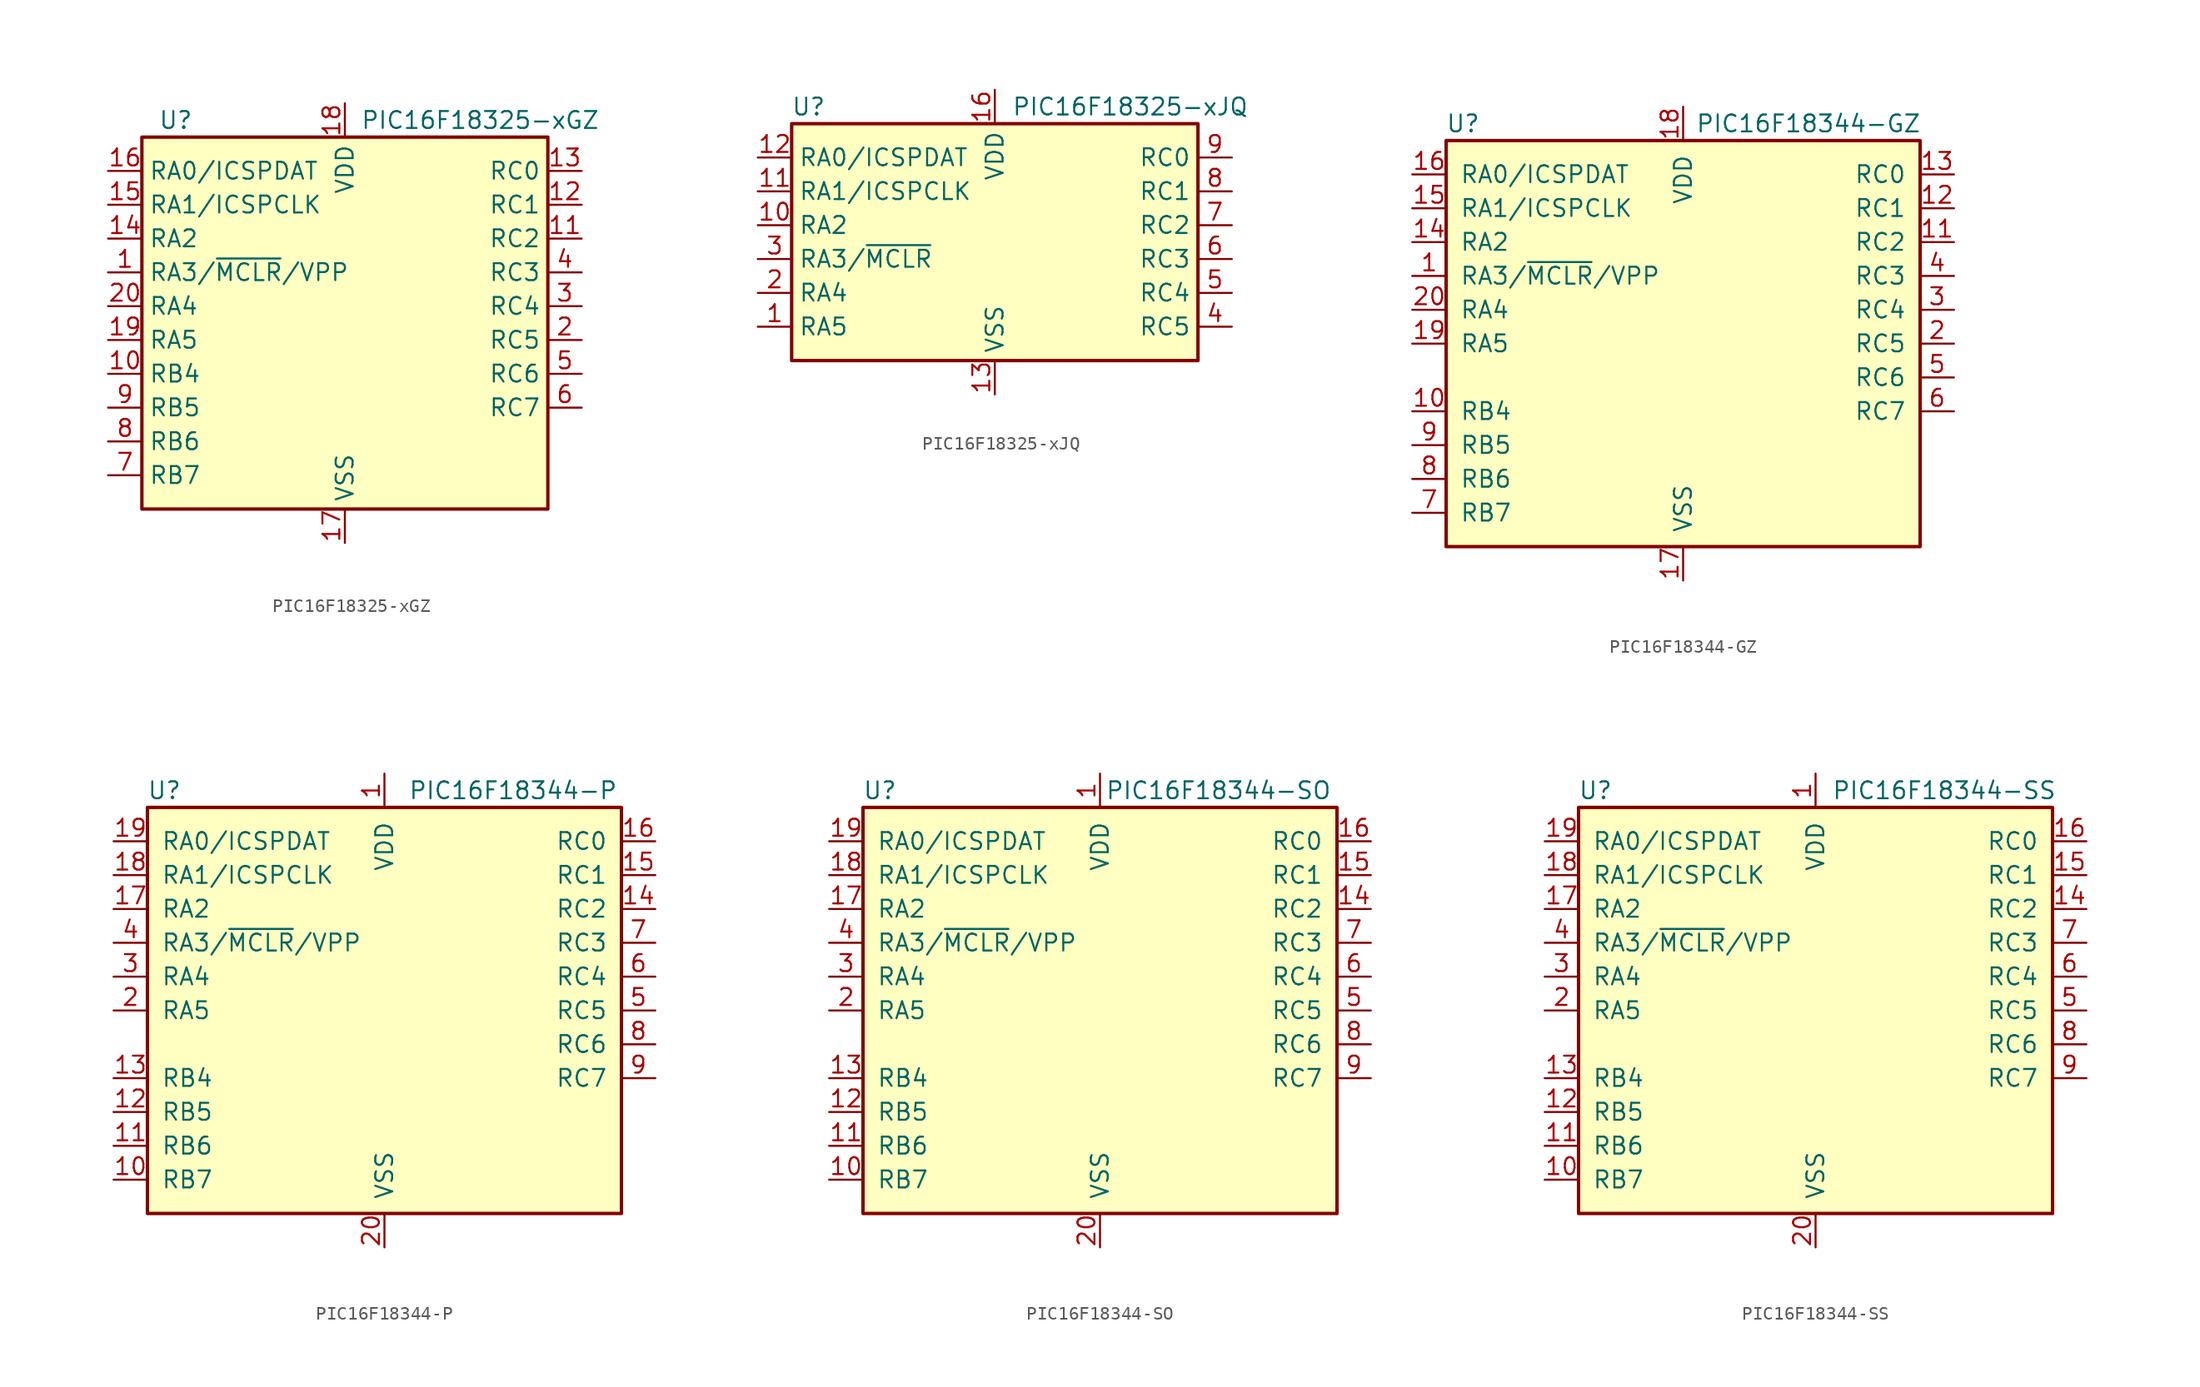
<source format=kicad_sym>
(kicad_symbol_lib
  (version 20201005)
  (generator kicad_symbol_editor)
  (symbol "MCU_Microchip_PIC16:PIC16F18325-xGZ"
    (property "Reference" "U"
      (at -12.7 13.97 0)
      (effects (font (size 1.27 1.27))))
    (property "Value" "PIC16F18325-xGZ"
      (at 10.16 13.97 0)
      (effects (font (size 1.27 1.27))))
    (symbol "PIC16F18325-xGZ_1_1"
      (rectangle (start -15.24 12.7) (end 15.24 -15.24) (stroke (width 0.254)) (fill (type background)))
      (pin bidirectional line (at -17.78 2.54 0) (length 2.54) (name "RA3/~MCLR~/VPP" (effects (font (size 1.27 1.27)))) (number "1" (effects (font (size 1.27 1.27)))))
      (pin bidirectional line (at -17.78 -5.08 0) (length 2.54) (name "RB4" (effects (font (size 1.27 1.27)))) (number "10" (effects (font (size 1.27 1.27)))))
      (pin bidirectional line (at 17.78 5.08 180) (length 2.54) (name "RC2" (effects (font (size 1.27 1.27)))) (number "11" (effects (font (size 1.27 1.27)))))
      (pin bidirectional line (at 17.78 7.62 180) (length 2.54) (name "RC1" (effects (font (size 1.27 1.27)))) (number "12" (effects (font (size 1.27 1.27)))))
      (pin bidirectional line (at 17.78 10.16 180) (length 2.54) (name "RC0" (effects (font (size 1.27 1.27)))) (number "13" (effects (font (size 1.27 1.27)))))
      (pin bidirectional line (at -17.78 5.08 0) (length 2.54) (name "RA2" (effects (font (size 1.27 1.27)))) (number "14" (effects (font (size 1.27 1.27)))))
      (pin bidirectional line (at -17.78 7.62 0) (length 2.54) (name "RA1/ICSPCLK" (effects (font (size 1.27 1.27)))) (number "15" (effects (font (size 1.27 1.27)))))
      (pin bidirectional line (at -17.78 10.16 0) (length 2.54) (name "RA0/ICSPDAT" (effects (font (size 1.27 1.27)))) (number "16" (effects (font (size 1.27 1.27)))))
      (pin power_in line (at 0 -17.78 90) (length 2.54) (name "VSS" (effects (font (size 1.27 1.27)))) (number "17" (effects (font (size 1.27 1.27)))))
      (pin power_in line (at 0 15.24 270) (length 2.54) (name "VDD" (effects (font (size 1.27 1.27)))) (number "18" (effects (font (size 1.27 1.27)))))
      (pin bidirectional line (at -17.78 -2.54 0) (length 2.54) (name "RA5" (effects (font (size 1.27 1.27)))) (number "19" (effects (font (size 1.27 1.27)))))
      (pin bidirectional line (at 17.78 -2.54 180) (length 2.54) (name "RC5" (effects (font (size 1.27 1.27)))) (number "2" (effects (font (size 1.27 1.27)))))
      (pin bidirectional line (at -17.78 0 0) (length 2.54) (name "RA4" (effects (font (size 1.27 1.27)))) (number "20" (effects (font (size 1.27 1.27)))))
      (pin passive line (at 0 -17.78 90) (length 2.54) hide (name "VSS" (effects (font (size 1.27 1.27)))) (number "21" (effects (font (size 1.27 1.27)))))
      (pin bidirectional line (at 17.78 0 180) (length 2.54) (name "RC4" (effects (font (size 1.27 1.27)))) (number "3" (effects (font (size 1.27 1.27)))))
      (pin bidirectional line (at 17.78 2.54 180) (length 2.54) (name "RC3" (effects (font (size 1.27 1.27)))) (number "4" (effects (font (size 1.27 1.27)))))
      (pin bidirectional line (at 17.78 -5.08 180) (length 2.54) (name "RC6" (effects (font (size 1.27 1.27)))) (number "5" (effects (font (size 1.27 1.27)))))
      (pin bidirectional line (at 17.78 -7.62 180) (length 2.54) (name "RC7" (effects (font (size 1.27 1.27)))) (number "6" (effects (font (size 1.27 1.27)))))
      (pin bidirectional line (at -17.78 -12.7 0) (length 2.54) (name "RB7" (effects (font (size 1.27 1.27)))) (number "7" (effects (font (size 1.27 1.27)))))
      (pin bidirectional line (at -17.78 -10.16 0) (length 2.54) (name "RB6" (effects (font (size 1.27 1.27)))) (number "8" (effects (font (size 1.27 1.27)))))
      (pin bidirectional line (at -17.78 -7.62 0) (length 2.54) (name "RB5" (effects (font (size 1.27 1.27)))) (number "9" (effects (font (size 1.27 1.27)))))))
  (symbol "MCU_Microchip_PIC16:PIC16F18325-xJQ"
    (property "Reference" "U"
      (at -13.97 11.43 0)
      (effects (font (size 1.27 1.27))))
    (property "Value" "PIC16F18325-xJQ"
      (at 10.16 11.43 0)
      (effects (font (size 1.27 1.27))))
    (symbol "PIC16F18325-xJQ_0_1"
      (rectangle (start -15.24 10.16) (end 15.24 -7.62) (stroke (width 0.254)) (fill (type background))))
    (symbol "PIC16F18325-xJQ_1_1"
      (pin bidirectional line (at -17.78 -5.08 0) (length 2.54) (name "RA5" (effects (font (size 1.27 1.27)))) (number "1" (effects (font (size 1.27 1.27)))))
      (pin bidirectional line (at -17.78 2.54 0) (length 2.54) (name "RA2" (effects (font (size 1.27 1.27)))) (number "10" (effects (font (size 1.27 1.27)))))
      (pin bidirectional line (at -17.78 5.08 0) (length 2.54) (name "RA1/ICSPCLK" (effects (font (size 1.27 1.27)))) (number "11" (effects (font (size 1.27 1.27)))))
      (pin bidirectional line (at -17.78 7.62 0) (length 2.54) (name "RA0/ICSPDAT" (effects (font (size 1.27 1.27)))) (number "12" (effects (font (size 1.27 1.27)))))
      (pin power_in line (at 0 -10.16 90) (length 2.54) (name "VSS" (effects (font (size 1.27 1.27)))) (number "13" (effects (font (size 1.27 1.27)))))
      (pin no_connect line (at 5.08 -7.62 90) (length 2.54) hide (name "NC" (effects (font (size 1.27 1.27)))) (number "14" (effects (font (size 1.27 1.27)))))
      (pin no_connect line (at 7.62 -7.62 90) (length 2.54) hide (name "NC" (effects (font (size 1.27 1.27)))) (number "15" (effects (font (size 1.27 1.27)))))
      (pin power_in line (at 0 12.7 270) (length 2.54) (name "VDD" (effects (font (size 1.27 1.27)))) (number "16" (effects (font (size 1.27 1.27)))))
      (pin bidirectional line (at -17.78 -2.54 0) (length 2.54) (name "RA4" (effects (font (size 1.27 1.27)))) (number "2" (effects (font (size 1.27 1.27)))))
      (pin bidirectional line (at -17.78 0 0) (length 2.54) (name "RA3/~MCLR~" (effects (font (size 1.27 1.27)))) (number "3" (effects (font (size 1.27 1.27)))))
      (pin bidirectional line (at 17.78 -5.08 180) (length 2.54) (name "RC5" (effects (font (size 1.27 1.27)))) (number "4" (effects (font (size 1.27 1.27)))))
      (pin bidirectional line (at 17.78 -2.54 180) (length 2.54) (name "RC4" (effects (font (size 1.27 1.27)))) (number "5" (effects (font (size 1.27 1.27)))))
      (pin bidirectional line (at 17.78 0 180) (length 2.54) (name "RC3" (effects (font (size 1.27 1.27)))) (number "6" (effects (font (size 1.27 1.27)))))
      (pin bidirectional line (at 17.78 2.54 180) (length 2.54) (name "RC2" (effects (font (size 1.27 1.27)))) (number "7" (effects (font (size 1.27 1.27)))))
      (pin bidirectional line (at 17.78 5.08 180) (length 2.54) (name "RC1" (effects (font (size 1.27 1.27)))) (number "8" (effects (font (size 1.27 1.27)))))
      (pin bidirectional line (at 17.78 7.62 180) (length 2.54) (name "RC0" (effects (font (size 1.27 1.27)))) (number "9" (effects (font (size 1.27 1.27)))))))
  (symbol "MCU_Microchip_PIC16:PIC16F18344-GZ"
    (pin_names
      (offset 1.016))
    (property "Reference" "U"
      (at -16.51 16.51 0)
      (effects (font (size 1.27 1.27))))
    (property "Value" "PIC16F18344-GZ"
      (at 9.398 16.51 0)
      (effects (font (size 1.27 1.27))))
    (symbol "PIC16F18344-GZ_0_1"
      (rectangle (start -17.78 15.24) (end 17.78 -15.24) (stroke (width 0.254)) (fill (type background))))
    (symbol "PIC16F18344-GZ_1_1"
      (pin bidirectional line (at -20.32 5.08 0) (length 2.54) (name "RA3/~MCLR~/VPP" (effects (font (size 1.27 1.27)))) (number "1" (effects (font (size 1.27 1.27)))))
      (pin bidirectional line (at -20.32 -5.08 0) (length 2.54) (name "RB4" (effects (font (size 1.27 1.27)))) (number "10" (effects (font (size 1.27 1.27)))))
      (pin bidirectional line (at 20.32 7.62 180) (length 2.54) (name "RC2" (effects (font (size 1.27 1.27)))) (number "11" (effects (font (size 1.27 1.27)))))
      (pin bidirectional line (at 20.32 10.16 180) (length 2.54) (name "RC1" (effects (font (size 1.27 1.27)))) (number "12" (effects (font (size 1.27 1.27)))))
      (pin bidirectional line (at 20.32 12.7 180) (length 2.54) (name "RC0" (effects (font (size 1.27 1.27)))) (number "13" (effects (font (size 1.27 1.27)))))
      (pin bidirectional line (at -20.32 7.62 0) (length 2.54) (name "RA2" (effects (font (size 1.27 1.27)))) (number "14" (effects (font (size 1.27 1.27)))))
      (pin bidirectional line (at -20.32 10.16 0) (length 2.54) (name "RA1/ICSPCLK" (effects (font (size 1.27 1.27)))) (number "15" (effects (font (size 1.27 1.27)))))
      (pin bidirectional line (at -20.32 12.7 0) (length 2.54) (name "RA0/ICSPDAT" (effects (font (size 1.27 1.27)))) (number "16" (effects (font (size 1.27 1.27)))))
      (pin power_in line (at 0 -17.78 90) (length 2.54) (name "VSS" (effects (font (size 1.27 1.27)))) (number "17" (effects (font (size 1.27 1.27)))))
      (pin power_in line (at 0 17.78 270) (length 2.54) (name "VDD" (effects (font (size 1.27 1.27)))) (number "18" (effects (font (size 1.27 1.27)))))
      (pin bidirectional line (at -20.32 0 0) (length 2.54) (name "RA5" (effects (font (size 1.27 1.27)))) (number "19" (effects (font (size 1.27 1.27)))))
      (pin bidirectional line (at 20.32 0 180) (length 2.54) (name "RC5" (effects (font (size 1.27 1.27)))) (number "2" (effects (font (size 1.27 1.27)))))
      (pin bidirectional line (at -20.32 2.54 0) (length 2.54) (name "RA4" (effects (font (size 1.27 1.27)))) (number "20" (effects (font (size 1.27 1.27)))))
      (pin bidirectional line (at 20.32 2.54 180) (length 2.54) (name "RC4" (effects (font (size 1.27 1.27)))) (number "3" (effects (font (size 1.27 1.27)))))
      (pin bidirectional line (at 20.32 5.08 180) (length 2.54) (name "RC3" (effects (font (size 1.27 1.27)))) (number "4" (effects (font (size 1.27 1.27)))))
      (pin bidirectional line (at 20.32 -2.54 180) (length 2.54) (name "RC6" (effects (font (size 1.27 1.27)))) (number "5" (effects (font (size 1.27 1.27)))))
      (pin bidirectional line (at 20.32 -5.08 180) (length 2.54) (name "RC7" (effects (font (size 1.27 1.27)))) (number "6" (effects (font (size 1.27 1.27)))))
      (pin bidirectional line (at -20.32 -12.7 0) (length 2.54) (name "RB7" (effects (font (size 1.27 1.27)))) (number "7" (effects (font (size 1.27 1.27)))))
      (pin bidirectional line (at -20.32 -10.16 0) (length 2.54) (name "RB6" (effects (font (size 1.27 1.27)))) (number "8" (effects (font (size 1.27 1.27)))))
      (pin bidirectional line (at -20.32 -7.62 0) (length 2.54) (name "RB5" (effects (font (size 1.27 1.27)))) (number "9" (effects (font (size 1.27 1.27)))))))
  (symbol "MCU_Microchip_PIC16:PIC16F18344-P"
    (pin_names
      (offset 1.016))
    (property "Reference" "U"
      (at -16.51 16.51 0)
      (effects (font (size 1.27 1.27))))
    (property "Value" "PIC16F18344-P"
      (at 9.652 16.51 0)
      (effects (font (size 1.27 1.27))))
    (symbol "PIC16F18344-P_0_1"
      (rectangle (start -17.78 15.24) (end 17.78 -15.24) (stroke (width 0.254)) (fill (type background))))
    (symbol "PIC16F18344-P_1_1"
      (pin power_in line (at 0 17.78 270) (length 2.54) (name "VDD" (effects (font (size 1.27 1.27)))) (number "1" (effects (font (size 1.27 1.27)))))
      (pin bidirectional line (at -20.32 -12.7 0) (length 2.54) (name "RB7" (effects (font (size 1.27 1.27)))) (number "10" (effects (font (size 1.27 1.27)))))
      (pin bidirectional line (at -20.32 -10.16 0) (length 2.54) (name "RB6" (effects (font (size 1.27 1.27)))) (number "11" (effects (font (size 1.27 1.27)))))
      (pin bidirectional line (at -20.32 -7.62 0) (length 2.54) (name "RB5" (effects (font (size 1.27 1.27)))) (number "12" (effects (font (size 1.27 1.27)))))
      (pin bidirectional line (at -20.32 -5.08 0) (length 2.54) (name "RB4" (effects (font (size 1.27 1.27)))) (number "13" (effects (font (size 1.27 1.27)))))
      (pin bidirectional line (at 20.32 7.62 180) (length 2.54) (name "RC2" (effects (font (size 1.27 1.27)))) (number "14" (effects (font (size 1.27 1.27)))))
      (pin bidirectional line (at 20.32 10.16 180) (length 2.54) (name "RC1" (effects (font (size 1.27 1.27)))) (number "15" (effects (font (size 1.27 1.27)))))
      (pin bidirectional line (at 20.32 12.7 180) (length 2.54) (name "RC0" (effects (font (size 1.27 1.27)))) (number "16" (effects (font (size 1.27 1.27)))))
      (pin bidirectional line (at -20.32 7.62 0) (length 2.54) (name "RA2" (effects (font (size 1.27 1.27)))) (number "17" (effects (font (size 1.27 1.27)))))
      (pin bidirectional line (at -20.32 10.16 0) (length 2.54) (name "RA1/ICSPCLK" (effects (font (size 1.27 1.27)))) (number "18" (effects (font (size 1.27 1.27)))))
      (pin bidirectional line (at -20.32 12.7 0) (length 2.54) (name "RA0/ICSPDAT" (effects (font (size 1.27 1.27)))) (number "19" (effects (font (size 1.27 1.27)))))
      (pin bidirectional line (at -20.32 0 0) (length 2.54) (name "RA5" (effects (font (size 1.27 1.27)))) (number "2" (effects (font (size 1.27 1.27)))))
      (pin power_in line (at 0 -17.78 90) (length 2.54) (name "VSS" (effects (font (size 1.27 1.27)))) (number "20" (effects (font (size 1.27 1.27)))))
      (pin bidirectional line (at -20.32 2.54 0) (length 2.54) (name "RA4" (effects (font (size 1.27 1.27)))) (number "3" (effects (font (size 1.27 1.27)))))
      (pin bidirectional line (at -20.32 5.08 0) (length 2.54) (name "RA3/~MCLR~/VPP" (effects (font (size 1.27 1.27)))) (number "4" (effects (font (size 1.27 1.27)))))
      (pin bidirectional line (at 20.32 0 180) (length 2.54) (name "RC5" (effects (font (size 1.27 1.27)))) (number "5" (effects (font (size 1.27 1.27)))))
      (pin bidirectional line (at 20.32 2.54 180) (length 2.54) (name "RC4" (effects (font (size 1.27 1.27)))) (number "6" (effects (font (size 1.27 1.27)))))
      (pin bidirectional line (at 20.32 5.08 180) (length 2.54) (name "RC3" (effects (font (size 1.27 1.27)))) (number "7" (effects (font (size 1.27 1.27)))))
      (pin bidirectional line (at 20.32 -2.54 180) (length 2.54) (name "RC6" (effects (font (size 1.27 1.27)))) (number "8" (effects (font (size 1.27 1.27)))))
      (pin bidirectional line (at 20.32 -5.08 180) (length 2.54) (name "RC7" (effects (font (size 1.27 1.27)))) (number "9" (effects (font (size 1.27 1.27)))))))
  (symbol "MCU_Microchip_PIC16:PIC16F18344-SO"
    (pin_names
      (offset 1.016))
    (property "Reference" "U"
      (at -16.51 16.51 0)
      (effects (font (size 1.27 1.27))))
    (property "Value" "PIC16F18344-SO"
      (at 8.89 16.51 0)
      (effects (font (size 1.27 1.27))))
    (symbol "PIC16F18344-SO_0_1"
      (rectangle (start -17.78 15.24) (end 17.78 -15.24) (stroke (width 0.254)) (fill (type background))))
    (symbol "PIC16F18344-SO_1_1"
      (pin power_in line (at 0 17.78 270) (length 2.54) (name "VDD" (effects (font (size 1.27 1.27)))) (number "1" (effects (font (size 1.27 1.27)))))
      (pin bidirectional line (at -20.32 -12.7 0) (length 2.54) (name "RB7" (effects (font (size 1.27 1.27)))) (number "10" (effects (font (size 1.27 1.27)))))
      (pin bidirectional line (at -20.32 -10.16 0) (length 2.54) (name "RB6" (effects (font (size 1.27 1.27)))) (number "11" (effects (font (size 1.27 1.27)))))
      (pin bidirectional line (at -20.32 -7.62 0) (length 2.54) (name "RB5" (effects (font (size 1.27 1.27)))) (number "12" (effects (font (size 1.27 1.27)))))
      (pin bidirectional line (at -20.32 -5.08 0) (length 2.54) (name "RB4" (effects (font (size 1.27 1.27)))) (number "13" (effects (font (size 1.27 1.27)))))
      (pin bidirectional line (at 20.32 7.62 180) (length 2.54) (name "RC2" (effects (font (size 1.27 1.27)))) (number "14" (effects (font (size 1.27 1.27)))))
      (pin bidirectional line (at 20.32 10.16 180) (length 2.54) (name "RC1" (effects (font (size 1.27 1.27)))) (number "15" (effects (font (size 1.27 1.27)))))
      (pin bidirectional line (at 20.32 12.7 180) (length 2.54) (name "RC0" (effects (font (size 1.27 1.27)))) (number "16" (effects (font (size 1.27 1.27)))))
      (pin bidirectional line (at -20.32 7.62 0) (length 2.54) (name "RA2" (effects (font (size 1.27 1.27)))) (number "17" (effects (font (size 1.27 1.27)))))
      (pin bidirectional line (at -20.32 10.16 0) (length 2.54) (name "RA1/ICSPCLK" (effects (font (size 1.27 1.27)))) (number "18" (effects (font (size 1.27 1.27)))))
      (pin bidirectional line (at -20.32 12.7 0) (length 2.54) (name "RA0/ICSPDAT" (effects (font (size 1.27 1.27)))) (number "19" (effects (font (size 1.27 1.27)))))
      (pin bidirectional line (at -20.32 0 0) (length 2.54) (name "RA5" (effects (font (size 1.27 1.27)))) (number "2" (effects (font (size 1.27 1.27)))))
      (pin power_in line (at 0 -17.78 90) (length 2.54) (name "VSS" (effects (font (size 1.27 1.27)))) (number "20" (effects (font (size 1.27 1.27)))))
      (pin bidirectional line (at -20.32 2.54 0) (length 2.54) (name "RA4" (effects (font (size 1.27 1.27)))) (number "3" (effects (font (size 1.27 1.27)))))
      (pin bidirectional line (at -20.32 5.08 0) (length 2.54) (name "RA3/~MCLR~/VPP" (effects (font (size 1.27 1.27)))) (number "4" (effects (font (size 1.27 1.27)))))
      (pin bidirectional line (at 20.32 0 180) (length 2.54) (name "RC5" (effects (font (size 1.27 1.27)))) (number "5" (effects (font (size 1.27 1.27)))))
      (pin bidirectional line (at 20.32 2.54 180) (length 2.54) (name "RC4" (effects (font (size 1.27 1.27)))) (number "6" (effects (font (size 1.27 1.27)))))
      (pin bidirectional line (at 20.32 5.08 180) (length 2.54) (name "RC3" (effects (font (size 1.27 1.27)))) (number "7" (effects (font (size 1.27 1.27)))))
      (pin bidirectional line (at 20.32 -2.54 180) (length 2.54) (name "RC6" (effects (font (size 1.27 1.27)))) (number "8" (effects (font (size 1.27 1.27)))))
      (pin bidirectional line (at 20.32 -5.08 180) (length 2.54) (name "RC7" (effects (font (size 1.27 1.27)))) (number "9" (effects (font (size 1.27 1.27)))))))
  (symbol "MCU_Microchip_PIC16:PIC16F18344-SS"
    (pin_names
      (offset 1.016))
    (property "Reference" "U"
      (at -16.51 16.51 0)
      (effects (font (size 1.27 1.27))))
    (property "Value" "PIC16F18344-SS"
      (at 9.652 16.51 0)
      (effects (font (size 1.27 1.27))))
    (symbol "PIC16F18344-SS_0_1"
      (rectangle (start -17.78 15.24) (end 17.78 -15.24) (stroke (width 0.254)) (fill (type background))))
    (symbol "PIC16F18344-SS_1_1"
      (pin power_in line (at 0 17.78 270) (length 2.54) (name "VDD" (effects (font (size 1.27 1.27)))) (number "1" (effects (font (size 1.27 1.27)))))
      (pin bidirectional line (at -20.32 -12.7 0) (length 2.54) (name "RB7" (effects (font (size 1.27 1.27)))) (number "10" (effects (font (size 1.27 1.27)))))
      (pin bidirectional line (at -20.32 -10.16 0) (length 2.54) (name "RB6" (effects (font (size 1.27 1.27)))) (number "11" (effects (font (size 1.27 1.27)))))
      (pin bidirectional line (at -20.32 -7.62 0) (length 2.54) (name "RB5" (effects (font (size 1.27 1.27)))) (number "12" (effects (font (size 1.27 1.27)))))
      (pin bidirectional line (at -20.32 -5.08 0) (length 2.54) (name "RB4" (effects (font (size 1.27 1.27)))) (number "13" (effects (font (size 1.27 1.27)))))
      (pin bidirectional line (at 20.32 7.62 180) (length 2.54) (name "RC2" (effects (font (size 1.27 1.27)))) (number "14" (effects (font (size 1.27 1.27)))))
      (pin bidirectional line (at 20.32 10.16 180) (length 2.54) (name "RC1" (effects (font (size 1.27 1.27)))) (number "15" (effects (font (size 1.27 1.27)))))
      (pin bidirectional line (at 20.32 12.7 180) (length 2.54) (name "RC0" (effects (font (size 1.27 1.27)))) (number "16" (effects (font (size 1.27 1.27)))))
      (pin bidirectional line (at -20.32 7.62 0) (length 2.54) (name "RA2" (effects (font (size 1.27 1.27)))) (number "17" (effects (font (size 1.27 1.27)))))
      (pin bidirectional line (at -20.32 10.16 0) (length 2.54) (name "RA1/ICSPCLK" (effects (font (size 1.27 1.27)))) (number "18" (effects (font (size 1.27 1.27)))))
      (pin bidirectional line (at -20.32 12.7 0) (length 2.54) (name "RA0/ICSPDAT" (effects (font (size 1.27 1.27)))) (number "19" (effects (font (size 1.27 1.27)))))
      (pin bidirectional line (at -20.32 0 0) (length 2.54) (name "RA5" (effects (font (size 1.27 1.27)))) (number "2" (effects (font (size 1.27 1.27)))))
      (pin power_in line (at 0 -17.78 90) (length 2.54) (name "VSS" (effects (font (size 1.27 1.27)))) (number "20" (effects (font (size 1.27 1.27)))))
      (pin bidirectional line (at -20.32 2.54 0) (length 2.54) (name "RA4" (effects (font (size 1.27 1.27)))) (number "3" (effects (font (size 1.27 1.27)))))
      (pin bidirectional line (at -20.32 5.08 0) (length 2.54) (name "RA3/~MCLR~/VPP" (effects (font (size 1.27 1.27)))) (number "4" (effects (font (size 1.27 1.27)))))
      (pin bidirectional line (at 20.32 0 180) (length 2.54) (name "RC5" (effects (font (size 1.27 1.27)))) (number "5" (effects (font (size 1.27 1.27)))))
      (pin bidirectional line (at 20.32 2.54 180) (length 2.54) (name "RC4" (effects (font (size 1.27 1.27)))) (number "6" (effects (font (size 1.27 1.27)))))
      (pin bidirectional line (at 20.32 5.08 180) (length 2.54) (name "RC3" (effects (font (size 1.27 1.27)))) (number "7" (effects (font (size 1.27 1.27)))))
      (pin bidirectional line (at 20.32 -2.54 180) (length 2.54) (name "RC6" (effects (font (size 1.27 1.27)))) (number "8" (effects (font (size 1.27 1.27)))))
      (pin bidirectional line (at 20.32 -5.08 180) (length 2.54) (name "RC7" (effects (font (size 1.27 1.27)))) (number "9" (effects (font (size 1.27 1.27))))))))
</source>
